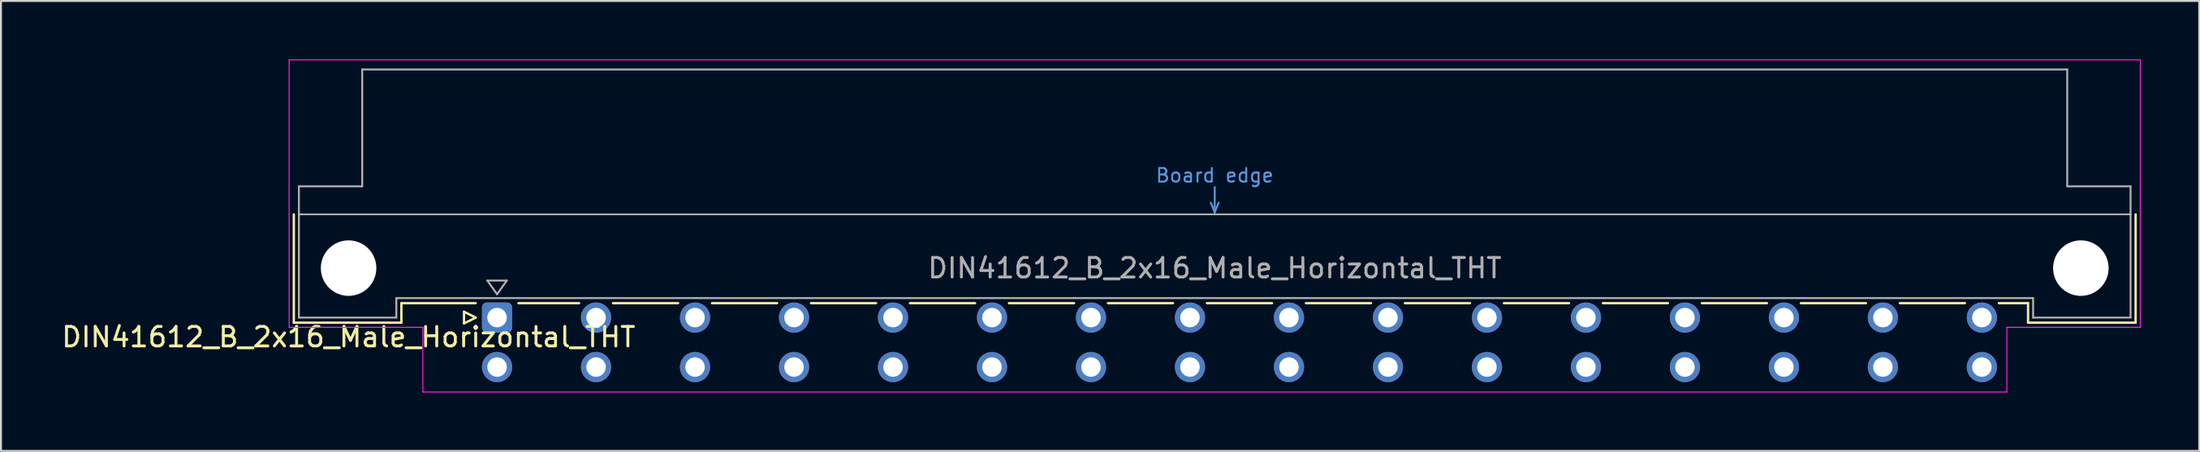
<source format=kicad_pcb>
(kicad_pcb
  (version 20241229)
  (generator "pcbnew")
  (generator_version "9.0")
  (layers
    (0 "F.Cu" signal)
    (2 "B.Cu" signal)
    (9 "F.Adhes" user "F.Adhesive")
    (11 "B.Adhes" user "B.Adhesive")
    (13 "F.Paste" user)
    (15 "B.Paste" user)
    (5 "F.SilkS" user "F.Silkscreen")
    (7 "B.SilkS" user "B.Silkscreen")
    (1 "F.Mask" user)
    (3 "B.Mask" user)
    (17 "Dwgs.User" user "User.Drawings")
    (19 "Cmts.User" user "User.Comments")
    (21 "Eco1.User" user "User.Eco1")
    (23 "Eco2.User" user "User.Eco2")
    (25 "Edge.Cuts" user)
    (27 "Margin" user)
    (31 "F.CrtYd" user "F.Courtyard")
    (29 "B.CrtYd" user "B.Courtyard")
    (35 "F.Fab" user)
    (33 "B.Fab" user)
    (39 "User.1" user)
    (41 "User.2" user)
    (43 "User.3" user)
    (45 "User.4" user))
  (footprint "DIN41612_B_2x16_Male_Horizontal_THT"
    (layer "F.Cu")
    (at 19.919 13.255)
    (property "Reference" "DIN41612_B_2x16_Male_Horizontal_THT" (at -5.08 1 0) (layer "F.SilkS") (effects (font (size 1 1) (thickness 0.15))))
    (attr through_hole)
    (fp_line (start -7.89 -5.3) (end -7.89 0.26) (stroke (width 0.12) (type solid)) (layer "F.SilkS"))
    (fp_line (start -7.89 0.26) (end -2.37 0.26) (stroke (width 0.12) (type solid)) (layer "F.SilkS"))
    (fp_line (start -2.371 -0.74) (end 1.445 -0.74) (stroke (width 0.12) (type solid)) (layer "F.SilkS"))
    (fp_line (start -2.37 0.26) (end -2.37 -0.74) (stroke (width 0.12) (type solid)) (layer "F.SilkS"))
    (fp_line (start 0.845 -0.3) (end 0.845 0.3) (stroke (width 0.12) (type solid)) (layer "F.SilkS"))
    (fp_line (start 0.845 0.3) (end 1.445 0) (stroke (width 0.12) (type solid)) (layer "F.SilkS"))
    (fp_line (start 1.445 0) (end 0.845 -0.3) (stroke (width 0.12) (type solid)) (layer "F.SilkS"))
    (fp_line (start 3.635 -0.74) (end 6.751 -0.74) (stroke (width 0.12) (type solid)) (layer "F.SilkS"))
    (fp_line (start 8.49 -0.74) (end 11.831 -0.74) (stroke (width 0.12) (type solid)) (layer "F.SilkS"))
    (fp_line (start 13.57 -0.74) (end 16.911 -0.74) (stroke (width 0.12) (type solid)) (layer "F.SilkS"))
    (fp_line (start 18.65 -0.74) (end 21.991 -0.74) (stroke (width 0.12) (type solid)) (layer "F.SilkS"))
    (fp_line (start 23.73 -0.74) (end 27.071 -0.74) (stroke (width 0.12) (type solid)) (layer "F.SilkS"))
    (fp_line (start 28.81 -0.74) (end 32.151 -0.74) (stroke (width 0.12) (type solid)) (layer "F.SilkS"))
    (fp_line (start 33.89 -0.74) (end 37.231 -0.74) (stroke (width 0.12) (type solid)) (layer "F.SilkS"))
    (fp_line (start 38.97 -0.74) (end 42.311 -0.74) (stroke (width 0.12) (type solid)) (layer "F.SilkS"))
    (fp_line (start 44.05 -0.74) (end 47.391 -0.74) (stroke (width 0.12) (type solid)) (layer "F.SilkS"))
    (fp_line (start 49.13 -0.74) (end 52.471 -0.74) (stroke (width 0.12) (type solid)) (layer "F.SilkS"))
    (fp_line (start 54.21 -0.74) (end 57.551 -0.74) (stroke (width 0.12) (type solid)) (layer "F.SilkS"))
    (fp_line (start 59.29 -0.74) (end 62.631 -0.74) (stroke (width 0.12) (type solid)) (layer "F.SilkS"))
    (fp_line (start 64.37 -0.74) (end 67.711 -0.74) (stroke (width 0.12) (type solid)) (layer "F.SilkS"))
    (fp_line (start 69.45 -0.74) (end 72.791 -0.74) (stroke (width 0.12) (type solid)) (layer "F.SilkS"))
    (fp_line (start 74.53 -0.74) (end 77.871 -0.74) (stroke (width 0.12) (type solid)) (layer "F.SilkS"))
    (fp_line (start 79.61 -0.74) (end 81.11 -0.74) (stroke (width 0.12) (type solid)) (layer "F.SilkS"))
    (fp_line (start 81.11 0.26) (end 81.11 -0.74) (stroke (width 0.12) (type solid)) (layer "F.SilkS"))
    (fp_line (start 86.63 -5.3) (end 86.63 0.26) (stroke (width 0.12) (type solid)) (layer "F.SilkS"))
    (fp_line (start 86.63 0.26) (end 81.11 0.26) (stroke (width 0.12) (type solid)) (layer "F.SilkS"))
    (fp_line (start -7.63 -5.3) (end 86.37 -5.3) (stroke (width 0.08) (type solid)) (layer "Dwgs.User"))
    (fp_line (start 39.17 -5.9) (end 39.37 -5.4) (stroke (width 0.1) (type solid)) (layer "Cmts.User"))
    (fp_line (start 39.37 -5.4) (end 39.37 -6.7) (stroke (width 0.1) (type solid)) (layer "Cmts.User"))
    (fp_line (start 39.37 -5.4) (end 39.57 -5.9) (stroke (width 0.1) (type solid)) (layer "Cmts.User"))
    (fp_line (start -8.13 -13.23) (end -8.13 0.5) (stroke (width 0.05) (type solid)) (layer "F.CrtYd"))
    (fp_line (start -8.13 0.5) (end -1.27 0.5) (stroke (width 0.05) (type solid)) (layer "F.CrtYd"))
    (fp_line (start -1.27 0.5) (end -1.27 3.82) (stroke (width 0.05) (type solid)) (layer "F.CrtYd"))
    (fp_line (start -1.27 3.82) (end 80.02 3.82) (stroke (width 0.05) (type solid)) (layer "F.CrtYd"))
    (fp_line (start 80.02 0.5) (end 86.87 0.5) (stroke (width 0.05) (type solid)) (layer "F.CrtYd"))
    (fp_line (start 80.02 3.82) (end 80.02 0.5) (stroke (width 0.05) (type solid)) (layer "F.CrtYd"))
    (fp_line (start 86.87 -13.23) (end -8.13 -13.23) (stroke (width 0.05) (type solid)) (layer "F.CrtYd"))
    (fp_line (start 86.87 0.5) (end 86.87 -13.23) (stroke (width 0.05) (type solid)) (layer "F.CrtYd"))
    (fp_line (start -7.63 -6.74) (end -7.63 0) (stroke (width 0.1) (type solid)) (layer "F.Fab"))
    (fp_line (start -7.63 0) (end -2.63 0) (stroke (width 0.1) (type solid)) (layer "F.Fab"))
    (fp_line (start -4.38 -12.74) (end -4.38 -6.74) (stroke (width 0.1) (type solid)) (layer "F.Fab"))
    (fp_line (start -4.38 -6.74) (end -7.63 -6.74) (stroke (width 0.1) (type solid)) (layer "F.Fab"))
    (fp_line (start -2.63 -1) (end 81.37 -1) (stroke (width 0.1) (type solid)) (layer "F.Fab"))
    (fp_line (start -2.63 0) (end -2.63 -1) (stroke (width 0.1) (type solid)) (layer "F.Fab"))
    (fp_line (start 2.04 -1.9) (end 3.04 -1.9) (stroke (width 0.1) (type solid)) (layer "F.Fab"))
    (fp_line (start 2.54 -1.2) (end 2.04 -1.9) (stroke (width 0.1) (type solid)) (layer "F.Fab"))
    (fp_line (start 3.04 -1.9) (end 2.54 -1.2) (stroke (width 0.1) (type solid)) (layer "F.Fab"))
    (fp_line (start 81.37 -1) (end 81.37 0) (stroke (width 0.1) (type solid)) (layer "F.Fab"))
    (fp_line (start 81.37 0) (end 86.37 0) (stroke (width 0.1) (type solid)) (layer "F.Fab"))
    (fp_line (start 83.12 -12.74) (end -4.38 -12.74) (stroke (width 0.1) (type solid)) (layer "F.Fab"))
    (fp_line (start 83.12 -6.74) (end 83.12 -12.74) (stroke (width 0.1) (type solid)) (layer "F.Fab"))
    (fp_line (start 86.37 -6.74) (end 83.12 -6.74) (stroke (width 0.1) (type solid)) (layer "F.Fab"))
    (fp_line (start 86.37 0) (end 86.37 -6.74) (stroke (width 0.1) (type solid)) (layer "F.Fab"))
    (fp_text user "Board edge" (at 39.37 -7.3 0) (layer "Cmts.User") (effects (font (size 0.7 0.7) (thickness 0.1))))
    (fp_text user "${REFERENCE}" (at 39.37 -2.54 0) (layer "F.Fab") (effects (font (size 1 1) (thickness 0.15))))
    (pad "" np_thru_hole circle (at -5.08 -2.54) (size 2.85 2.85) (drill 2.85) (layers "*.Cu" "*.Mask"))
    (pad "" np_thru_hole circle (at 83.82 -2.54) (size 2.85 2.85) (drill 2.85) (layers "*.Cu" "*.Mask"))
    (pad "a2" thru_hole roundrect (at 2.54 0) (size 1.55 1.55) (drill 1) (layers "*.Cu" "*.Mask") (roundrect_rratio 0.161))
    (pad "a4" thru_hole circle (at 7.62 0) (size 1.55 1.55) (drill 1) (layers "*.Cu" "*.Mask"))
    (pad "a6" thru_hole circle (at 12.7 0) (size 1.55 1.55) (drill 1) (layers "*.Cu" "*.Mask"))
    (pad "a8" thru_hole circle (at 17.78 0) (size 1.55 1.55) (drill 1) (layers "*.Cu" "*.Mask"))
    (pad "a10" thru_hole circle (at 22.86 0) (size 1.55 1.55) (drill 1) (layers "*.Cu" "*.Mask"))
    (pad "a12" thru_hole circle (at 27.94 0) (size 1.55 1.55) (drill 1) (layers "*.Cu" "*.Mask"))
    (pad "a14" thru_hole circle (at 33.02 0) (size 1.55 1.55) (drill 1) (layers "*.Cu" "*.Mask"))
    (pad "a16" thru_hole circle (at 38.1 0) (size 1.55 1.55) (drill 1) (layers "*.Cu" "*.Mask"))
    (pad "a18" thru_hole circle (at 43.18 0) (size 1.55 1.55) (drill 1) (layers "*.Cu" "*.Mask"))
    (pad "a20" thru_hole circle (at 48.26 0) (size 1.55 1.55) (drill 1) (layers "*.Cu" "*.Mask"))
    (pad "a22" thru_hole circle (at 53.34 0) (size 1.55 1.55) (drill 1) (layers "*.Cu" "*.Mask"))
    (pad "a24" thru_hole circle (at 58.42 0) (size 1.55 1.55) (drill 1) (layers "*.Cu" "*.Mask"))
    (pad "a26" thru_hole circle (at 63.5 0) (size 1.55 1.55) (drill 1) (layers "*.Cu" "*.Mask"))
    (pad "a28" thru_hole circle (at 68.58 0) (size 1.55 1.55) (drill 1) (layers "*.Cu" "*.Mask"))
    (pad "a30" thru_hole circle (at 73.66 0) (size 1.55 1.55) (drill 1) (layers "*.Cu" "*.Mask"))
    (pad "a32" thru_hole circle (at 78.74 0) (size 1.55 1.55) (drill 1) (layers "*.Cu" "*.Mask"))
    (pad "b2" thru_hole circle (at 2.54 2.54) (size 1.55 1.55) (drill 1) (layers "*.Cu" "*.Mask"))
    (pad "b4" thru_hole circle (at 7.62 2.54) (size 1.55 1.55) (drill 1) (layers "*.Cu" "*.Mask"))
    (pad "b6" thru_hole circle (at 12.7 2.54) (size 1.55 1.55) (drill 1) (layers "*.Cu" "*.Mask"))
    (pad "b8" thru_hole circle (at 17.78 2.54) (size 1.55 1.55) (drill 1) (layers "*.Cu" "*.Mask"))
    (pad "b10" thru_hole circle (at 22.86 2.54) (size 1.55 1.55) (drill 1) (layers "*.Cu" "*.Mask"))
    (pad "b12" thru_hole circle (at 27.94 2.54) (size 1.55 1.55) (drill 1) (layers "*.Cu" "*.Mask"))
    (pad "b14" thru_hole circle (at 33.02 2.54) (size 1.55 1.55) (drill 1) (layers "*.Cu" "*.Mask"))
    (pad "b16" thru_hole circle (at 38.1 2.54) (size 1.55 1.55) (drill 1) (layers "*.Cu" "*.Mask"))
    (pad "b18" thru_hole circle (at 43.18 2.54) (size 1.55 1.55) (drill 1) (layers "*.Cu" "*.Mask"))
    (pad "b20" thru_hole circle (at 48.26 2.54) (size 1.55 1.55) (drill 1) (layers "*.Cu" "*.Mask"))
    (pad "b22" thru_hole circle (at 53.34 2.54) (size 1.55 1.55) (drill 1) (layers "*.Cu" "*.Mask"))
    (pad "b24" thru_hole circle (at 58.42 2.54) (size 1.55 1.55) (drill 1) (layers "*.Cu" "*.Mask"))
    (pad "b26" thru_hole circle (at 63.5 2.54) (size 1.55 1.55) (drill 1) (layers "*.Cu" "*.Mask"))
    (pad "b28" thru_hole circle (at 68.58 2.54) (size 1.55 1.55) (drill 1) (layers "*.Cu" "*.Mask"))
    (pad "b30" thru_hole circle (at 73.66 2.54) (size 1.55 1.55) (drill 1) (layers "*.Cu" "*.Mask"))
    (pad "b32" thru_hole circle (at 78.74 2.54) (size 1.55 1.55) (drill 1) (layers "*.Cu" "*.Mask")))
  (gr_rect
    (start -3 -3)
    (end 109.814 20.1)
    (stroke (width 0.1) (type default))
    (fill no)
    (layer "Edge.Cuts")))
</source>
